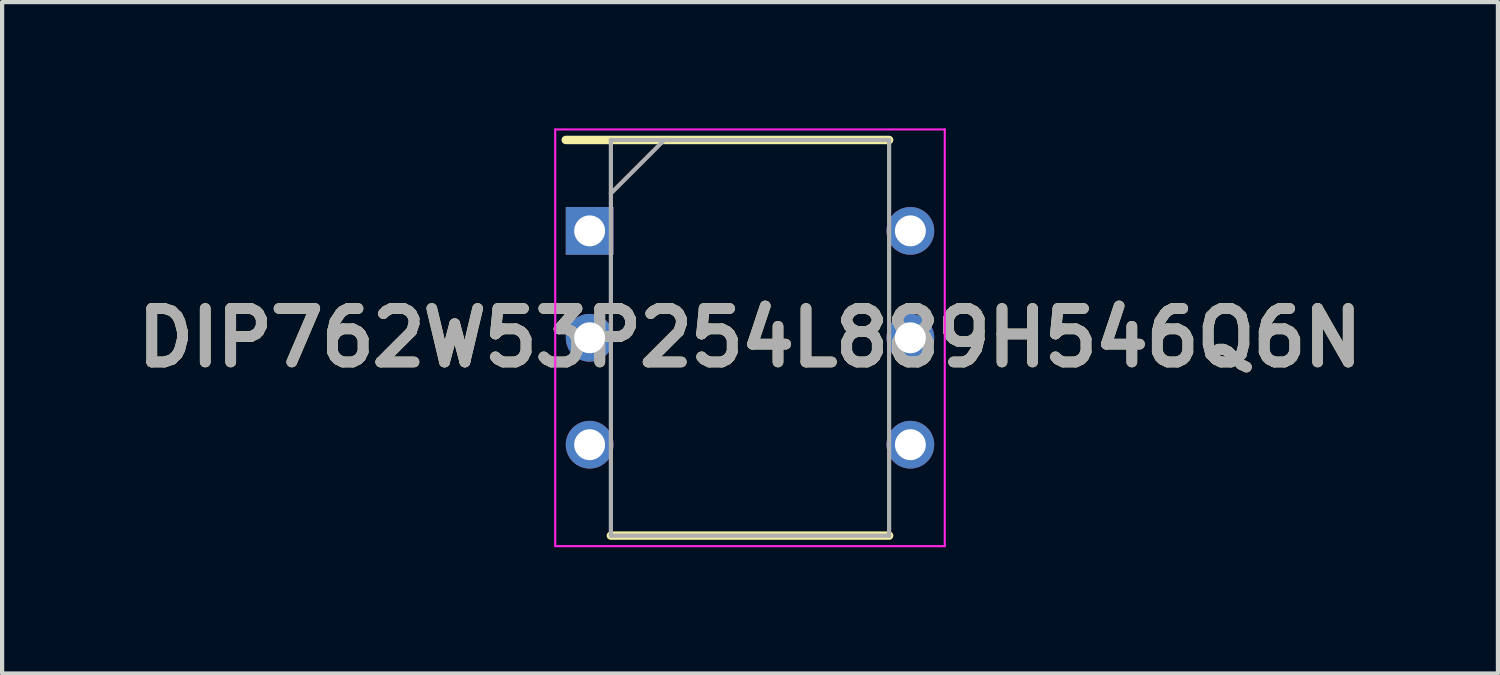
<source format=kicad_pcb>
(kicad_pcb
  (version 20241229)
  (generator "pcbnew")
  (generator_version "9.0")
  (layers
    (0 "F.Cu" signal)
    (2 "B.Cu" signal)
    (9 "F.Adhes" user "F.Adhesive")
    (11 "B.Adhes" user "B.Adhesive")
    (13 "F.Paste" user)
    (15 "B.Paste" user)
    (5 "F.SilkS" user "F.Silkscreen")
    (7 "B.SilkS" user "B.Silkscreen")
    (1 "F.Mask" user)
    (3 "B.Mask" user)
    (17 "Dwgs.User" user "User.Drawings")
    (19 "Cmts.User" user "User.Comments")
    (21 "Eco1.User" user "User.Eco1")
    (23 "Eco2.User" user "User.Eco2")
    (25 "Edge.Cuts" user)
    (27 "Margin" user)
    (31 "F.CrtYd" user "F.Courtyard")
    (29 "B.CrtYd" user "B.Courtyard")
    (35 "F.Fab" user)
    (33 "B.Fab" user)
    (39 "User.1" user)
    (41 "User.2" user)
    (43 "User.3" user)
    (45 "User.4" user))
  (footprint "DIP762W53P254L889H546Q6N"
    (layer "F.Cu")
    (at 14.768 4.975)
    (property "Reference" "DIP762W53P254L889H546Q6N" (at 0 0 0) (layer "F.SilkS") (effects (font (size 1.27 1.27) (thickness 0.254))))
    (attr through_hole)
    (fp_line (start -4.377 -4.7) (end 3.305 -4.7) (stroke (width 0.2) (type solid)) (layer "F.SilkS"))
    (fp_line (start -3.305 4.7) (end 3.305 4.7) (stroke (width 0.2) (type solid)) (layer "F.SilkS"))
    (fp_line (start -4.627 -4.95) (end 4.627 -4.95) (stroke (width 0.05) (type solid)) (layer "F.CrtYd"))
    (fp_line (start -4.627 4.95) (end -4.627 -4.95) (stroke (width 0.05) (type solid)) (layer "F.CrtYd"))
    (fp_line (start 4.627 -4.95) (end 4.627 4.95) (stroke (width 0.05) (type solid)) (layer "F.CrtYd"))
    (fp_line (start 4.627 4.95) (end -4.627 4.95) (stroke (width 0.05) (type solid)) (layer "F.CrtYd"))
    (fp_line (start -3.305 -4.7) (end 3.305 -4.7) (stroke (width 0.1) (type solid)) (layer "F.Fab"))
    (fp_line (start -3.305 -3.43) (end -2.035 -4.7) (stroke (width 0.1) (type solid)) (layer "F.Fab"))
    (fp_line (start -3.305 4.7) (end -3.305 -4.7) (stroke (width 0.1) (type solid)) (layer "F.Fab"))
    (fp_line (start 3.305 -4.7) (end 3.305 4.7) (stroke (width 0.1) (type solid)) (layer "F.Fab"))
    (fp_line (start 3.305 4.7) (end -3.305 4.7) (stroke (width 0.1) (type solid)) (layer "F.Fab"))
    (fp_text user "${REFERENCE}" (at 0 0 0) (layer "F.Fab") (effects (font (size 1.27 1.27) (thickness 0.254))))
    (pad "1" thru_hole rect (at -3.81 -2.54) (size 1.134 1.134) (drill 0.734) (layers "*.Cu" "*.Mask"))
    (pad "2" thru_hole circle (at -3.81 0) (size 1.134 1.134) (drill 0.734) (layers "*.Cu" "*.Mask"))
    (pad "3" thru_hole circle (at -3.81 2.54) (size 1.134 1.134) (drill 0.734) (layers "*.Cu" "*.Mask"))
    (pad "4" thru_hole circle (at 3.81 2.54) (size 1.134 1.134) (drill 0.734) (layers "*.Cu" "*.Mask"))
    (pad "5" thru_hole circle (at 3.81 0) (size 1.134 1.134) (drill 0.734) (layers "*.Cu" "*.Mask"))
    (pad "6" thru_hole circle (at 3.81 -2.54) (size 1.134 1.134) (drill 0.734) (layers "*.Cu" "*.Mask")))
  (gr_rect
    (start -3 -3)
    (end 32.537 12.95)
    (stroke (width 0.1) (type default))
    (fill no)
    (layer "Edge.Cuts")))
</source>
